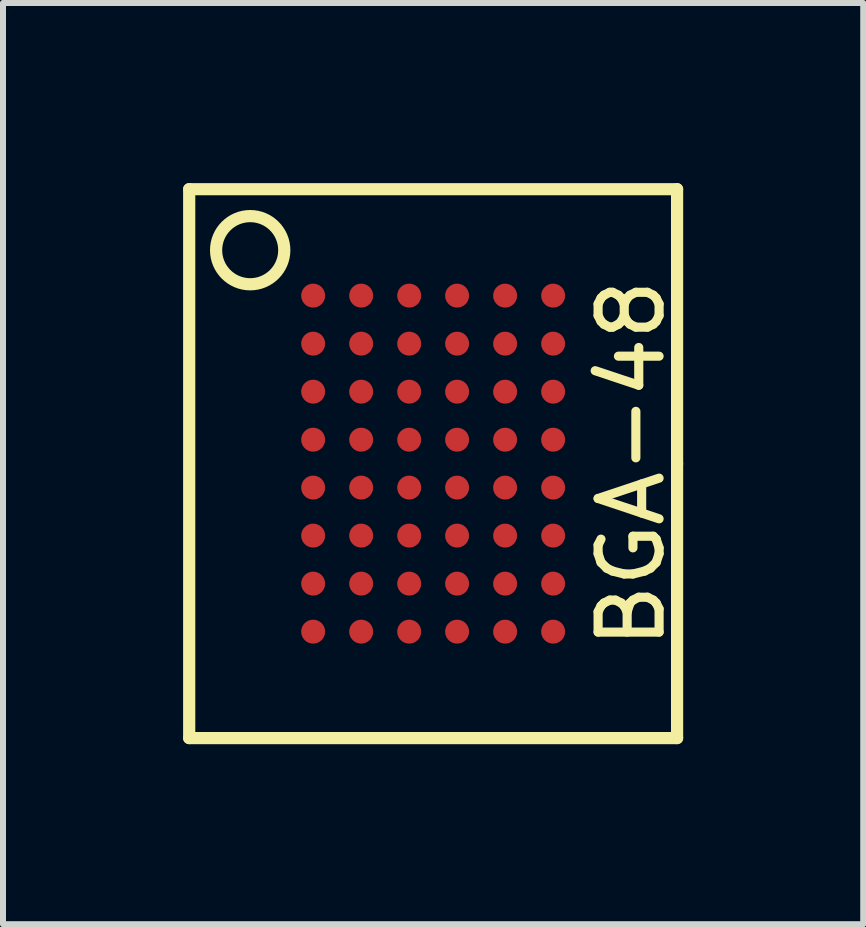
<source format=kicad_pcb>
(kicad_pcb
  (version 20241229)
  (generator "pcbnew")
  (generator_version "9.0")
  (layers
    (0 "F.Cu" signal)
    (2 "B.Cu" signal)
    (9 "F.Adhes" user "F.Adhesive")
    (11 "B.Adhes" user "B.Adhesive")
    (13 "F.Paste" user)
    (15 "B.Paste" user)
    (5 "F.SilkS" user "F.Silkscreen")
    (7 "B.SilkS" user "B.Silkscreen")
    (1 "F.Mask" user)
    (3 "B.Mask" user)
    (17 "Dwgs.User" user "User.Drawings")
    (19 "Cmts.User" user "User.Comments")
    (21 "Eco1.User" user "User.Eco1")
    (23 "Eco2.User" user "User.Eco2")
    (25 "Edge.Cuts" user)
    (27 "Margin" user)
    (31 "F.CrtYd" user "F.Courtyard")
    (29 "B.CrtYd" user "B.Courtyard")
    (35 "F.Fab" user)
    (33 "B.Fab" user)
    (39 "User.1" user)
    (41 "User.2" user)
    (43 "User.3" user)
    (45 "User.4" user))
  (footprint "BGA-48"
    (layer "F.Cu")
    (at 4.166 4.674)
    (property "Reference" "BGA-48" (at 3.302 0 90) (layer "F.SilkS") (effects (font (size 1.016 1.016) (thickness 0.152))))
    (attr smd)
    (fp_line (start -4.064 -4.572) (end 4.064 -4.572) (stroke (width 0.203) (type solid)) (layer "F.SilkS"))
    (fp_line (start -4.064 4.572) (end -4.064 -4.572) (stroke (width 0.203) (type solid)) (layer "F.SilkS"))
    (fp_line (start 4.064 -4.572) (end 4.064 0) (stroke (width 0.203) (type solid)) (layer "F.SilkS"))
    (fp_line (start 4.064 0) (end 4.064 4.572) (stroke (width 0.203) (type solid)) (layer "F.SilkS"))
    (fp_line (start 4.064 4.572) (end -4.064 4.572) (stroke (width 0.203) (type solid)) (layer "F.SilkS"))
    (fp_circle (center -3.048 -3.556) (end -3.302 -4.064) (stroke (width 0.203) (type solid)) (fill no) (layer "F.SilkS"))
    (pad "A1" smd circle (at -1.999 -2.799) (size 0.399 0.399) (layers "F.Cu" "F.Mask" "F.Paste"))
    (pad "A2" smd circle (at -1.199 -2.799) (size 0.399 0.399) (layers "F.Cu" "F.Mask" "F.Paste"))
    (pad "A3" smd circle (at -0.399 -2.799) (size 0.399 0.399) (layers "F.Cu" "F.Mask" "F.Paste"))
    (pad "A4" smd circle (at 0.399 -2.799) (size 0.399 0.399) (layers "F.Cu" "F.Mask" "F.Paste"))
    (pad "A5" smd circle (at 1.199 -2.799) (size 0.399 0.399) (layers "F.Cu" "F.Mask" "F.Paste"))
    (pad "A6" smd circle (at 1.999 -2.799) (size 0.399 0.399) (layers "F.Cu" "F.Mask" "F.Paste"))
    (pad "B1" smd circle (at -1.999 -1.999) (size 0.399 0.399) (layers "F.Cu" "F.Mask" "F.Paste"))
    (pad "B2" smd circle (at -1.199 -1.999) (size 0.399 0.399) (layers "F.Cu" "F.Mask" "F.Paste"))
    (pad "B3" smd circle (at -0.399 -1.999) (size 0.399 0.399) (layers "F.Cu" "F.Mask" "F.Paste"))
    (pad "B4" smd circle (at 0.399 -1.999) (size 0.399 0.399) (layers "F.Cu" "F.Mask" "F.Paste"))
    (pad "B5" smd circle (at 1.199 -1.999) (size 0.399 0.399) (layers "F.Cu" "F.Mask" "F.Paste"))
    (pad "B6" smd circle (at 1.999 -1.999) (size 0.399 0.399) (layers "F.Cu" "F.Mask" "F.Paste"))
    (pad "C1" smd circle (at -1.999 -1.199) (size 0.399 0.399) (layers "F.Cu" "F.Mask" "F.Paste"))
    (pad "C2" smd circle (at -1.199 -1.199) (size 0.399 0.399) (layers "F.Cu" "F.Mask" "F.Paste"))
    (pad "C3" smd circle (at -0.399 -1.199) (size 0.399 0.399) (layers "F.Cu" "F.Mask" "F.Paste"))
    (pad "C4" smd circle (at 0.399 -1.199) (size 0.399 0.399) (layers "F.Cu" "F.Mask" "F.Paste"))
    (pad "C5" smd circle (at 1.199 -1.199) (size 0.399 0.399) (layers "F.Cu" "F.Mask" "F.Paste"))
    (pad "C6" smd circle (at 1.999 -1.199) (size 0.399 0.399) (layers "F.Cu" "F.Mask" "F.Paste"))
    (pad "D1" smd circle (at -1.999 -0.399) (size 0.399 0.399) (layers "F.Cu" "F.Mask" "F.Paste"))
    (pad "D2" smd circle (at -1.199 -0.399) (size 0.399 0.399) (layers "F.Cu" "F.Mask" "F.Paste"))
    (pad "D3" smd circle (at -0.399 -0.399) (size 0.399 0.399) (layers "F.Cu" "F.Mask" "F.Paste"))
    (pad "D4" smd circle (at 0.399 -0.399) (size 0.399 0.399) (layers "F.Cu" "F.Mask" "F.Paste"))
    (pad "D5" smd circle (at 1.199 -0.399) (size 0.399 0.399) (layers "F.Cu" "F.Mask" "F.Paste"))
    (pad "D6" smd circle (at 1.999 -0.399) (size 0.399 0.399) (layers "F.Cu" "F.Mask" "F.Paste"))
    (pad "E1" smd circle (at -1.999 0.399) (size 0.399 0.399) (layers "F.Cu" "F.Mask" "F.Paste"))
    (pad "E2" smd circle (at -1.199 0.399) (size 0.399 0.399) (layers "F.Cu" "F.Mask" "F.Paste"))
    (pad "E3" smd circle (at -0.399 0.399) (size 0.399 0.399) (layers "F.Cu" "F.Mask" "F.Paste"))
    (pad "E4" smd circle (at 0.399 0.399) (size 0.399 0.399) (layers "F.Cu" "F.Mask" "F.Paste"))
    (pad "E5" smd circle (at 1.199 0.399) (size 0.399 0.399) (layers "F.Cu" "F.Mask" "F.Paste"))
    (pad "E6" smd circle (at 1.999 0.399) (size 0.399 0.399) (layers "F.Cu" "F.Mask" "F.Paste"))
    (pad "F1" smd circle (at -1.999 1.199) (size 0.399 0.399) (layers "F.Cu" "F.Mask" "F.Paste"))
    (pad "F2" smd circle (at -1.199 1.199) (size 0.399 0.399) (layers "F.Cu" "F.Mask" "F.Paste"))
    (pad "F3" smd circle (at -0.399 1.199) (size 0.399 0.399) (layers "F.Cu" "F.Mask" "F.Paste"))
    (pad "F4" smd circle (at 0.399 1.199) (size 0.399 0.399) (layers "F.Cu" "F.Mask" "F.Paste"))
    (pad "F5" smd circle (at 1.199 1.199) (size 0.399 0.399) (layers "F.Cu" "F.Mask" "F.Paste"))
    (pad "F6" smd circle (at 1.999 1.199) (size 0.399 0.399) (layers "F.Cu" "F.Mask" "F.Paste"))
    (pad "G1" smd circle (at -1.999 1.999) (size 0.399 0.399) (layers "F.Cu" "F.Mask" "F.Paste"))
    (pad "G2" smd circle (at -1.199 1.999) (size 0.399 0.399) (layers "F.Cu" "F.Mask" "F.Paste"))
    (pad "G3" smd circle (at -0.399 1.999) (size 0.399 0.399) (layers "F.Cu" "F.Mask" "F.Paste"))
    (pad "G4" smd circle (at 0.399 1.999) (size 0.399 0.399) (layers "F.Cu" "F.Mask" "F.Paste"))
    (pad "G5" smd circle (at 1.199 1.999) (size 0.399 0.399) (layers "F.Cu" "F.Mask" "F.Paste"))
    (pad "G6" smd circle (at 1.999 1.999) (size 0.399 0.399) (layers "F.Cu" "F.Mask" "F.Paste"))
    (pad "H1" smd circle (at -1.999 2.799) (size 0.399 0.399) (layers "F.Cu" "F.Mask" "F.Paste"))
    (pad "H2" smd circle (at -1.199 2.799) (size 0.399 0.399) (layers "F.Cu" "F.Mask" "F.Paste"))
    (pad "H3" smd circle (at -0.399 2.799) (size 0.399 0.399) (layers "F.Cu" "F.Mask" "F.Paste"))
    (pad "H4" smd circle (at 0.399 2.799) (size 0.399 0.399) (layers "F.Cu" "F.Mask" "F.Paste"))
    (pad "H5" smd circle (at 1.199 2.799) (size 0.399 0.399) (layers "F.Cu" "F.Mask" "F.Paste"))
    (pad "H6" smd circle (at 1.999 2.799) (size 0.399 0.399) (layers "F.Cu" "F.Mask" "F.Paste")))
  (gr_rect
    (start -3 -3)
    (end 11.331 12.347)
    (stroke (width 0.1) (type default))
    (fill no)
    (layer "Edge.Cuts")))
</source>
